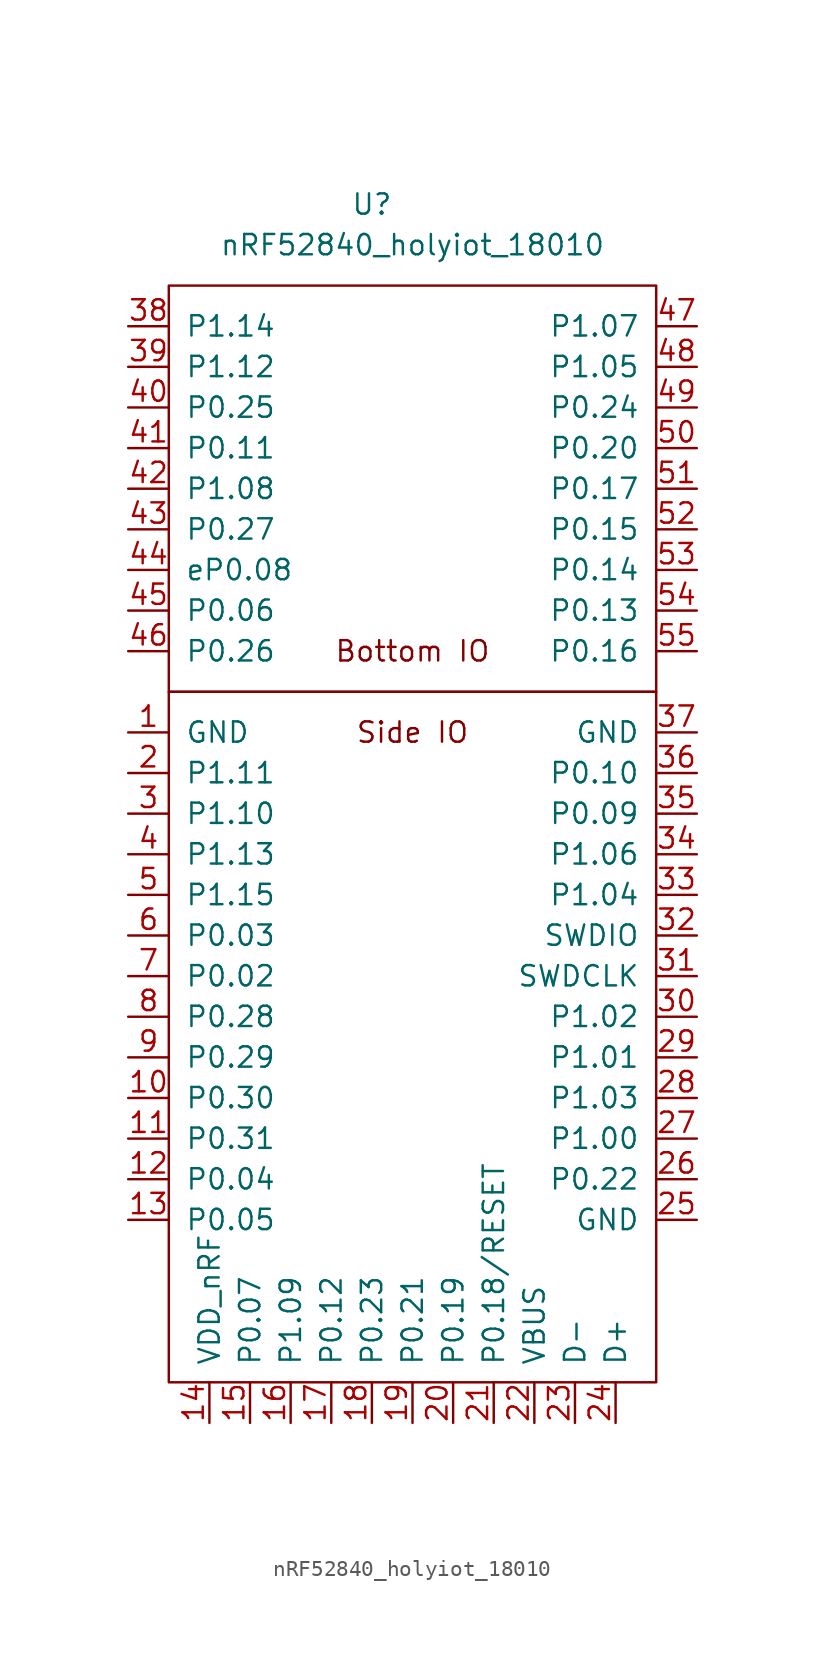
<source format=kicad_sym>
(kicad_symbol_lib
  (version 20211014)
  (generator kicad_symbol_editor)
  (symbol "nRF52840_holyiot_18010"
    (pin_names
      (offset 1.016))
    (property "Reference" "U"
      (at -2.54 39.37 0)
      (effects (font (size 1.27 1.27))))
    (property "Value" "nRF52840_holyiot_18010"
      (at 0 36.83 0)
      (effects (font (size 1.27 1.27))))
    (symbol "nRF52840_holyiot_18010_0_0"
      (rectangle (start -15.24 8.89) (end 15.24 -34.29) (stroke (width 0) (type default) (color 0 0 0 0)) (fill (type none)))
      (rectangle (start -15.24 8.89) (end 15.24 34.29) (stroke (width 0) (type default) (color 0 0 0 0)) (fill (type none)))
      (text "Bottom IO" (at 0 11.43 0) (effects (font (size 1.27 1.27))))
      (text "Side IO" (at 0 6.35 0) (effects (font (size 1.27 1.27)))))
    (symbol "nRF52840_holyiot_18010_1_1"
      (pin power_in line (at -17.78 6.35 0) (length 2.54) (name "GND" (effects (font (size 1.27 1.27)))) (number "1" (effects (font (size 1.27 1.27)))))
      (pin bidirectional line (at -17.78 -16.51 0) (length 2.54) (name "P0.30" (effects (font (size 1.27 1.27)))) (number "10" (effects (font (size 1.27 1.27)))))
      (pin bidirectional line (at -17.78 -19.05 0) (length 2.54) (name "P0.31" (effects (font (size 1.27 1.27)))) (number "11" (effects (font (size 1.27 1.27)))))
      (pin bidirectional line (at -17.78 -21.59 0) (length 2.54) (name "P0.04" (effects (font (size 1.27 1.27)))) (number "12" (effects (font (size 1.27 1.27)))))
      (pin bidirectional line (at -17.78 -24.13 0) (length 2.54) (name "P0.05" (effects (font (size 1.27 1.27)))) (number "13" (effects (font (size 1.27 1.27)))))
      (pin power_in line (at -12.7 -36.83 90) (length 2.54) (name "VDD_nRF" (effects (font (size 1.27 1.27)))) (number "14" (effects (font (size 1.27 1.27)))))
      (pin bidirectional line (at -10.16 -36.83 90) (length 2.54) (name "P0.07" (effects (font (size 1.27 1.27)))) (number "15" (effects (font (size 1.27 1.27)))))
      (pin bidirectional line (at -7.62 -36.83 90) (length 2.54) (name "P1.09" (effects (font (size 1.27 1.27)))) (number "16" (effects (font (size 1.27 1.27)))))
      (pin bidirectional line (at -5.08 -36.83 90) (length 2.54) (name "P0.12" (effects (font (size 1.27 1.27)))) (number "17" (effects (font (size 1.27 1.27)))))
      (pin bidirectional line (at -2.54 -36.83 90) (length 2.54) (name "P0.23" (effects (font (size 1.27 1.27)))) (number "18" (effects (font (size 1.27 1.27)))))
      (pin bidirectional line (at 0 -36.83 90) (length 2.54) (name "P0.21" (effects (font (size 1.27 1.27)))) (number "19" (effects (font (size 1.27 1.27)))))
      (pin bidirectional line (at -17.78 3.81 0) (length 2.54) (name "P1.11" (effects (font (size 1.27 1.27)))) (number "2" (effects (font (size 1.27 1.27)))))
      (pin bidirectional line (at 2.54 -36.83 90) (length 2.54) (name "P0.19" (effects (font (size 1.27 1.27)))) (number "20" (effects (font (size 1.27 1.27)))))
      (pin input line (at 5.08 -36.83 90) (length 2.54) (name "P0.18/RESET" (effects (font (size 1.27 1.27)))) (number "21" (effects (font (size 1.27 1.27)))))
      (pin power_in line (at 7.62 -36.83 90) (length 2.54) (name "VBUS" (effects (font (size 1.27 1.27)))) (number "22" (effects (font (size 1.27 1.27)))))
      (pin bidirectional line (at 10.16 -36.83 90) (length 2.54) (name "D-" (effects (font (size 1.27 1.27)))) (number "23" (effects (font (size 1.27 1.27)))))
      (pin bidirectional line (at 12.7 -36.83 90) (length 2.54) (name "D+" (effects (font (size 1.27 1.27)))) (number "24" (effects (font (size 1.27 1.27)))))
      (pin power_in line (at 17.78 -24.13 180) (length 2.54) (name "GND" (effects (font (size 1.27 1.27)))) (number "25" (effects (font (size 1.27 1.27)))))
      (pin bidirectional line (at 17.78 -21.59 180) (length 2.54) (name "P0.22" (effects (font (size 1.27 1.27)))) (number "26" (effects (font (size 1.27 1.27)))))
      (pin bidirectional line (at 17.78 -19.05 180) (length 2.54) (name "P1.00" (effects (font (size 1.27 1.27)))) (number "27" (effects (font (size 1.27 1.27)))))
      (pin bidirectional line (at 17.78 -16.51 180) (length 2.54) (name "P1.03" (effects (font (size 1.27 1.27)))) (number "28" (effects (font (size 1.27 1.27)))))
      (pin bidirectional line (at 17.78 -13.97 180) (length 2.54) (name "P1.01" (effects (font (size 1.27 1.27)))) (number "29" (effects (font (size 1.27 1.27)))))
      (pin bidirectional line (at -17.78 1.27 0) (length 2.54) (name "P1.10" (effects (font (size 1.27 1.27)))) (number "3" (effects (font (size 1.27 1.27)))))
      (pin bidirectional line (at 17.78 -11.43 180) (length 2.54) (name "P1.02" (effects (font (size 1.27 1.27)))) (number "30" (effects (font (size 1.27 1.27)))))
      (pin bidirectional line (at 17.78 -8.89 180) (length 2.54) (name "SWDCLK" (effects (font (size 1.27 1.27)))) (number "31" (effects (font (size 1.27 1.27)))))
      (pin bidirectional line (at 17.78 -6.35 180) (length 2.54) (name "SWDIO" (effects (font (size 1.27 1.27)))) (number "32" (effects (font (size 1.27 1.27)))))
      (pin bidirectional line (at 17.78 -3.81 180) (length 2.54) (name "P1.04" (effects (font (size 1.27 1.27)))) (number "33" (effects (font (size 1.27 1.27)))))
      (pin bidirectional line (at 17.78 -1.27 180) (length 2.54) (name "P1.06" (effects (font (size 1.27 1.27)))) (number "34" (effects (font (size 1.27 1.27)))))
      (pin bidirectional line (at 17.78 1.27 180) (length 2.54) (name "P0.09" (effects (font (size 1.27 1.27)))) (number "35" (effects (font (size 1.27 1.27)))))
      (pin bidirectional line (at 17.78 3.81 180) (length 2.54) (name "P0.10" (effects (font (size 1.27 1.27)))) (number "36" (effects (font (size 1.27 1.27)))))
      (pin power_in line (at 17.78 6.35 180) (length 2.54) (name "GND" (effects (font (size 1.27 1.27)))) (number "37" (effects (font (size 1.27 1.27)))))
      (pin bidirectional line (at -17.78 31.75 0) (length 2.54) (name "P1.14" (effects (font (size 1.27 1.27)))) (number "38" (effects (font (size 1.27 1.27)))))
      (pin bidirectional line (at -17.78 29.21 0) (length 2.54) (name "P1.12" (effects (font (size 1.27 1.27)))) (number "39" (effects (font (size 1.27 1.27)))))
      (pin bidirectional line (at -17.78 -1.27 0) (length 2.54) (name "P1.13" (effects (font (size 1.27 1.27)))) (number "4" (effects (font (size 1.27 1.27)))))
      (pin bidirectional line (at -17.78 26.67 0) (length 2.54) (name "P0.25" (effects (font (size 1.27 1.27)))) (number "40" (effects (font (size 1.27 1.27)))))
      (pin bidirectional line (at -17.78 24.13 0) (length 2.54) (name "P0.11" (effects (font (size 1.27 1.27)))) (number "41" (effects (font (size 1.27 1.27)))))
      (pin bidirectional line (at -17.78 21.59 0) (length 2.54) (name "P1.08" (effects (font (size 1.27 1.27)))) (number "42" (effects (font (size 1.27 1.27)))))
      (pin bidirectional line (at -17.78 19.05 0) (length 2.54) (name "P0.27" (effects (font (size 1.27 1.27)))) (number "43" (effects (font (size 1.27 1.27)))))
      (pin bidirectional line (at -17.78 16.51 0) (length 2.54) (name "eP0.08" (effects (font (size 1.27 1.27)))) (number "44" (effects (font (size 1.27 1.27)))))
      (pin bidirectional line (at -17.78 13.97 0) (length 2.54) (name "P0.06" (effects (font (size 1.27 1.27)))) (number "45" (effects (font (size 1.27 1.27)))))
      (pin bidirectional line (at -17.78 11.43 0) (length 2.54) (name "P0.26" (effects (font (size 1.27 1.27)))) (number "46" (effects (font (size 1.27 1.27)))))
      (pin bidirectional line (at 17.78 31.75 180) (length 2.54) (name "P1.07" (effects (font (size 1.27 1.27)))) (number "47" (effects (font (size 1.27 1.27)))))
      (pin bidirectional line (at 17.78 29.21 180) (length 2.54) (name "P1.05" (effects (font (size 1.27 1.27)))) (number "48" (effects (font (size 1.27 1.27)))))
      (pin bidirectional line (at 17.78 26.67 180) (length 2.54) (name "P0.24" (effects (font (size 1.27 1.27)))) (number "49" (effects (font (size 1.27 1.27)))))
      (pin bidirectional line (at -17.78 -3.81 0) (length 2.54) (name "P1.15" (effects (font (size 1.27 1.27)))) (number "5" (effects (font (size 1.27 1.27)))))
      (pin bidirectional line (at 17.78 24.13 180) (length 2.54) (name "P0.20" (effects (font (size 1.27 1.27)))) (number "50" (effects (font (size 1.27 1.27)))))
      (pin bidirectional line (at 17.78 21.59 180) (length 2.54) (name "P0.17" (effects (font (size 1.27 1.27)))) (number "51" (effects (font (size 1.27 1.27)))))
      (pin bidirectional line (at 17.78 19.05 180) (length 2.54) (name "P0.15" (effects (font (size 1.27 1.27)))) (number "52" (effects (font (size 1.27 1.27)))))
      (pin bidirectional line (at 17.78 16.51 180) (length 2.54) (name "P0.14" (effects (font (size 1.27 1.27)))) (number "53" (effects (font (size 1.27 1.27)))))
      (pin bidirectional line (at 17.78 13.97 180) (length 2.54) (name "P0.13" (effects (font (size 1.27 1.27)))) (number "54" (effects (font (size 1.27 1.27)))))
      (pin bidirectional line (at 17.78 11.43 180) (length 2.54) (name "P0.16" (effects (font (size 1.27 1.27)))) (number "55" (effects (font (size 1.27 1.27)))))
      (pin bidirectional line (at -17.78 -6.35 0) (length 2.54) (name "P0.03" (effects (font (size 1.27 1.27)))) (number "6" (effects (font (size 1.27 1.27)))))
      (pin bidirectional line (at -17.78 -8.89 0) (length 2.54) (name "P0.02" (effects (font (size 1.27 1.27)))) (number "7" (effects (font (size 1.27 1.27)))))
      (pin bidirectional line (at -17.78 -11.43 0) (length 2.54) (name "P0.28" (effects (font (size 1.27 1.27)))) (number "8" (effects (font (size 1.27 1.27)))))
      (pin bidirectional line (at -17.78 -13.97 0) (length 2.54) (name "P0.29" (effects (font (size 1.27 1.27)))) (number "9" (effects (font (size 1.27 1.27))))))))
</source>
